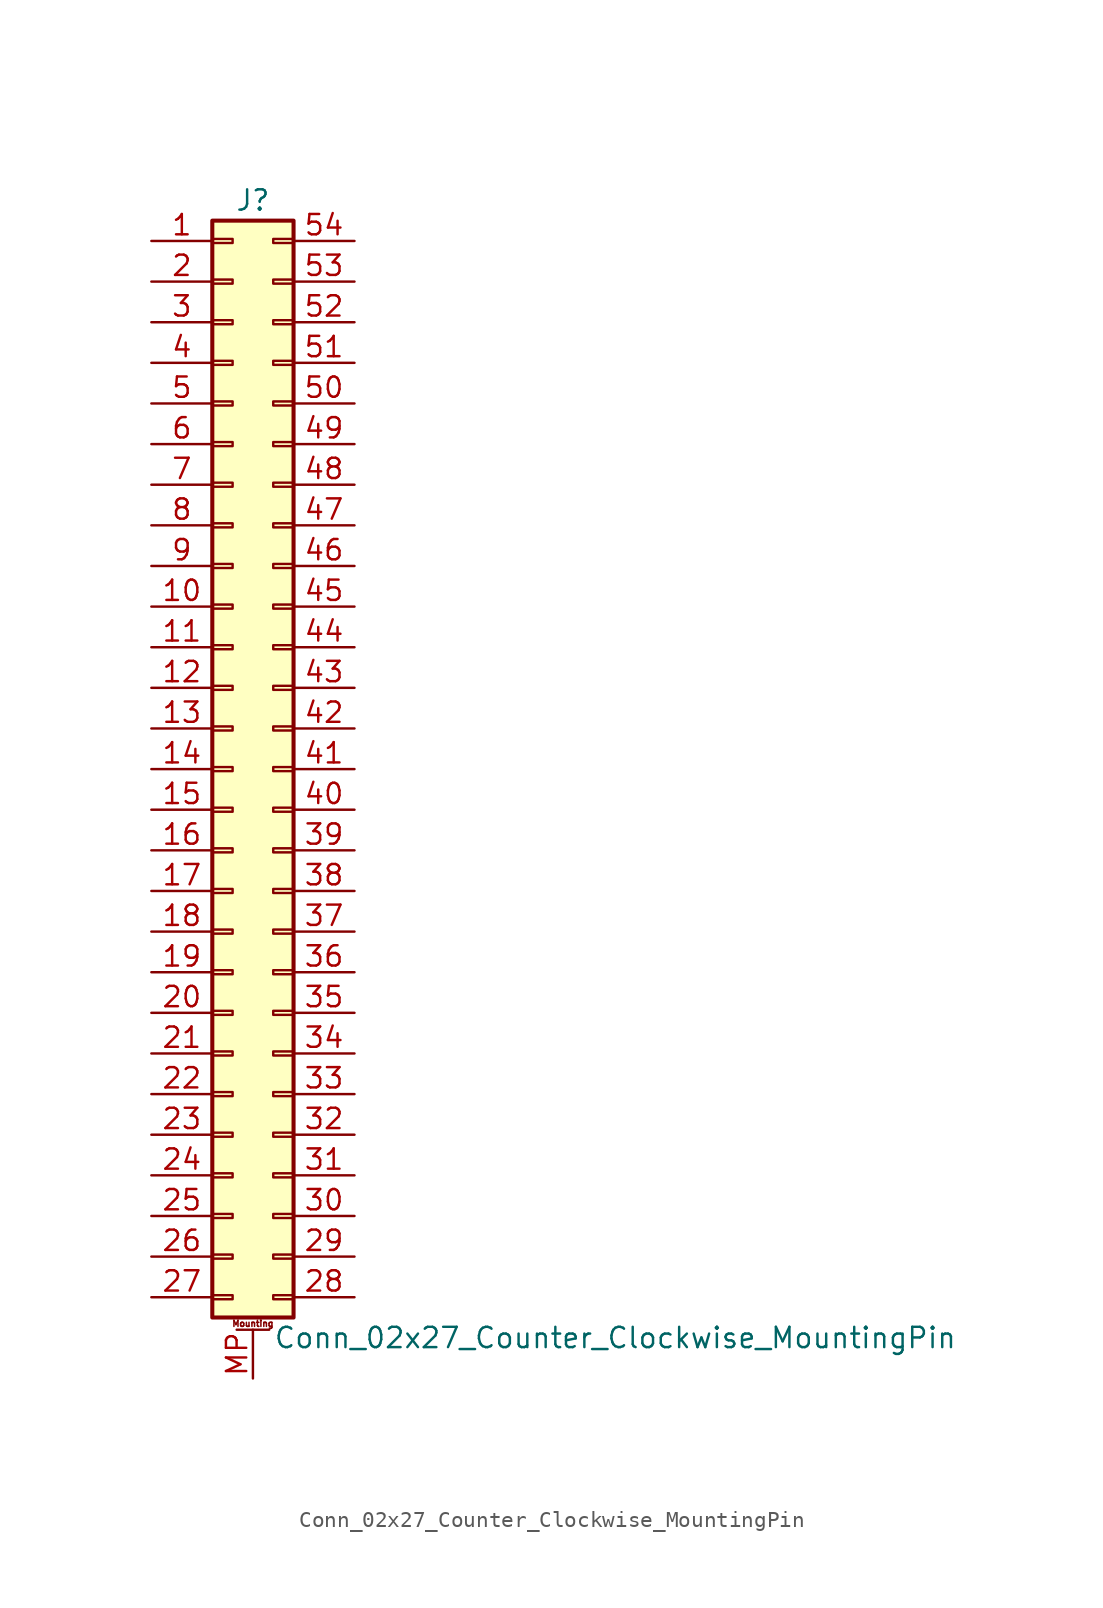
<source format=kicad_sym>
(kicad_symbol_lib
  (version 20211014)
  (generator kicad_symbol_editor)
  (symbol "Conn_02x27_Counter_Clockwise_MountingPin"
    (pin_names
      (offset 1.016) hide)
    (property "Reference" "J"
      (at 1.27 35.56 0)
      (effects (font (size 1.27 1.27))))
    (property "Value" "Conn_02x27_Counter_Clockwise_MountingPin"
      (at 2.54 -35.56 0)
      (effects (font (size 1.27 1.27)) (justify left)))
    (symbol "Conn_02x27_Counter_Clockwise_MountingPin_1_1"
      (rectangle (start -1.27 -32.893) (end 0 -33.147) (stroke (width 0.152) (type default) (color 0 0 0 0)) (fill (type none)))
      (rectangle (start -1.27 -30.353) (end 0 -30.607) (stroke (width 0.152) (type default) (color 0 0 0 0)) (fill (type none)))
      (rectangle (start -1.27 -27.813) (end 0 -28.067) (stroke (width 0.152) (type default) (color 0 0 0 0)) (fill (type none)))
      (rectangle (start -1.27 -25.273) (end 0 -25.527) (stroke (width 0.152) (type default) (color 0 0 0 0)) (fill (type none)))
      (rectangle (start -1.27 -22.733) (end 0 -22.987) (stroke (width 0.152) (type default) (color 0 0 0 0)) (fill (type none)))
      (rectangle (start -1.27 -20.193) (end 0 -20.447) (stroke (width 0.152) (type default) (color 0 0 0 0)) (fill (type none)))
      (rectangle (start -1.27 -17.653) (end 0 -17.907) (stroke (width 0.152) (type default) (color 0 0 0 0)) (fill (type none)))
      (rectangle (start -1.27 -15.113) (end 0 -15.367) (stroke (width 0.152) (type default) (color 0 0 0 0)) (fill (type none)))
      (rectangle (start -1.27 -12.573) (end 0 -12.827) (stroke (width 0.152) (type default) (color 0 0 0 0)) (fill (type none)))
      (rectangle (start -1.27 -10.033) (end 0 -10.287) (stroke (width 0.152) (type default) (color 0 0 0 0)) (fill (type none)))
      (rectangle (start -1.27 -7.493) (end 0 -7.747) (stroke (width 0.152) (type default) (color 0 0 0 0)) (fill (type none)))
      (rectangle (start -1.27 -4.953) (end 0 -5.207) (stroke (width 0.152) (type default) (color 0 0 0 0)) (fill (type none)))
      (rectangle (start -1.27 -2.413) (end 0 -2.667) (stroke (width 0.152) (type default) (color 0 0 0 0)) (fill (type none)))
      (rectangle (start -1.27 0.127) (end 0 -0.127) (stroke (width 0.152) (type default) (color 0 0 0 0)) (fill (type none)))
      (rectangle (start -1.27 2.667) (end 0 2.413) (stroke (width 0.152) (type default) (color 0 0 0 0)) (fill (type none)))
      (rectangle (start -1.27 5.207) (end 0 4.953) (stroke (width 0.152) (type default) (color 0 0 0 0)) (fill (type none)))
      (rectangle (start -1.27 7.747) (end 0 7.493) (stroke (width 0.152) (type default) (color 0 0 0 0)) (fill (type none)))
      (rectangle (start -1.27 10.287) (end 0 10.033) (stroke (width 0.152) (type default) (color 0 0 0 0)) (fill (type none)))
      (rectangle (start -1.27 12.827) (end 0 12.573) (stroke (width 0.152) (type default) (color 0 0 0 0)) (fill (type none)))
      (rectangle (start -1.27 15.367) (end 0 15.113) (stroke (width 0.152) (type default) (color 0 0 0 0)) (fill (type none)))
      (rectangle (start -1.27 17.907) (end 0 17.653) (stroke (width 0.152) (type default) (color 0 0 0 0)) (fill (type none)))
      (rectangle (start -1.27 20.447) (end 0 20.193) (stroke (width 0.152) (type default) (color 0 0 0 0)) (fill (type none)))
      (rectangle (start -1.27 22.987) (end 0 22.733) (stroke (width 0.152) (type default) (color 0 0 0 0)) (fill (type none)))
      (rectangle (start -1.27 25.527) (end 0 25.273) (stroke (width 0.152) (type default) (color 0 0 0 0)) (fill (type none)))
      (rectangle (start -1.27 28.067) (end 0 27.813) (stroke (width 0.152) (type default) (color 0 0 0 0)) (fill (type none)))
      (rectangle (start -1.27 30.607) (end 0 30.353) (stroke (width 0.152) (type default) (color 0 0 0 0)) (fill (type none)))
      (rectangle (start -1.27 33.147) (end 0 32.893) (stroke (width 0.152) (type default) (color 0 0 0 0)) (fill (type none)))
      (rectangle (start -1.27 34.29) (end 3.81 -34.29) (stroke (width 0.254) (type default) (color 0 0 0 0)) (fill (type background)))
      (polyline (pts (xy 0.254 -35.052) (xy 2.286 -35.052)) (stroke (width 0.152) (type default) (color 0 0 0 0)) (fill (type none)))
      (rectangle (start 3.81 -32.893) (end 2.54 -33.147) (stroke (width 0.152) (type default) (color 0 0 0 0)) (fill (type none)))
      (rectangle (start 3.81 -30.353) (end 2.54 -30.607) (stroke (width 0.152) (type default) (color 0 0 0 0)) (fill (type none)))
      (rectangle (start 3.81 -27.813) (end 2.54 -28.067) (stroke (width 0.152) (type default) (color 0 0 0 0)) (fill (type none)))
      (rectangle (start 3.81 -25.273) (end 2.54 -25.527) (stroke (width 0.152) (type default) (color 0 0 0 0)) (fill (type none)))
      (rectangle (start 3.81 -22.733) (end 2.54 -22.987) (stroke (width 0.152) (type default) (color 0 0 0 0)) (fill (type none)))
      (rectangle (start 3.81 -20.193) (end 2.54 -20.447) (stroke (width 0.152) (type default) (color 0 0 0 0)) (fill (type none)))
      (rectangle (start 3.81 -17.653) (end 2.54 -17.907) (stroke (width 0.152) (type default) (color 0 0 0 0)) (fill (type none)))
      (rectangle (start 3.81 -15.113) (end 2.54 -15.367) (stroke (width 0.152) (type default) (color 0 0 0 0)) (fill (type none)))
      (rectangle (start 3.81 -12.573) (end 2.54 -12.827) (stroke (width 0.152) (type default) (color 0 0 0 0)) (fill (type none)))
      (rectangle (start 3.81 -10.033) (end 2.54 -10.287) (stroke (width 0.152) (type default) (color 0 0 0 0)) (fill (type none)))
      (rectangle (start 3.81 -7.493) (end 2.54 -7.747) (stroke (width 0.152) (type default) (color 0 0 0 0)) (fill (type none)))
      (rectangle (start 3.81 -4.953) (end 2.54 -5.207) (stroke (width 0.152) (type default) (color 0 0 0 0)) (fill (type none)))
      (rectangle (start 3.81 -2.413) (end 2.54 -2.667) (stroke (width 0.152) (type default) (color 0 0 0 0)) (fill (type none)))
      (rectangle (start 3.81 0.127) (end 2.54 -0.127) (stroke (width 0.152) (type default) (color 0 0 0 0)) (fill (type none)))
      (rectangle (start 3.81 2.667) (end 2.54 2.413) (stroke (width 0.152) (type default) (color 0 0 0 0)) (fill (type none)))
      (rectangle (start 3.81 5.207) (end 2.54 4.953) (stroke (width 0.152) (type default) (color 0 0 0 0)) (fill (type none)))
      (rectangle (start 3.81 7.747) (end 2.54 7.493) (stroke (width 0.152) (type default) (color 0 0 0 0)) (fill (type none)))
      (rectangle (start 3.81 10.287) (end 2.54 10.033) (stroke (width 0.152) (type default) (color 0 0 0 0)) (fill (type none)))
      (rectangle (start 3.81 12.827) (end 2.54 12.573) (stroke (width 0.152) (type default) (color 0 0 0 0)) (fill (type none)))
      (rectangle (start 3.81 15.367) (end 2.54 15.113) (stroke (width 0.152) (type default) (color 0 0 0 0)) (fill (type none)))
      (rectangle (start 3.81 17.907) (end 2.54 17.653) (stroke (width 0.152) (type default) (color 0 0 0 0)) (fill (type none)))
      (rectangle (start 3.81 20.447) (end 2.54 20.193) (stroke (width 0.152) (type default) (color 0 0 0 0)) (fill (type none)))
      (rectangle (start 3.81 22.987) (end 2.54 22.733) (stroke (width 0.152) (type default) (color 0 0 0 0)) (fill (type none)))
      (rectangle (start 3.81 25.527) (end 2.54 25.273) (stroke (width 0.152) (type default) (color 0 0 0 0)) (fill (type none)))
      (rectangle (start 3.81 28.067) (end 2.54 27.813) (stroke (width 0.152) (type default) (color 0 0 0 0)) (fill (type none)))
      (rectangle (start 3.81 30.607) (end 2.54 30.353) (stroke (width 0.152) (type default) (color 0 0 0 0)) (fill (type none)))
      (rectangle (start 3.81 33.147) (end 2.54 32.893) (stroke (width 0.152) (type default) (color 0 0 0 0)) (fill (type none)))
      (text "Mounting" (at 1.27 -34.671 0) (effects (font (size 0.381 0.381))))
      (pin passive line (at -5.08 33.02 0) (length 3.81) (name "Pin_1" (effects (font (size 1.27 1.27)))) (number "1" (effects (font (size 1.27 1.27)))))
      (pin passive line (at -5.08 10.16 0) (length 3.81) (name "Pin_10" (effects (font (size 1.27 1.27)))) (number "10" (effects (font (size 1.27 1.27)))))
      (pin passive line (at -5.08 7.62 0) (length 3.81) (name "Pin_11" (effects (font (size 1.27 1.27)))) (number "11" (effects (font (size 1.27 1.27)))))
      (pin passive line (at -5.08 5.08 0) (length 3.81) (name "Pin_12" (effects (font (size 1.27 1.27)))) (number "12" (effects (font (size 1.27 1.27)))))
      (pin passive line (at -5.08 2.54 0) (length 3.81) (name "Pin_13" (effects (font (size 1.27 1.27)))) (number "13" (effects (font (size 1.27 1.27)))))
      (pin passive line (at -5.08 0 0) (length 3.81) (name "Pin_14" (effects (font (size 1.27 1.27)))) (number "14" (effects (font (size 1.27 1.27)))))
      (pin passive line (at -5.08 -2.54 0) (length 3.81) (name "Pin_15" (effects (font (size 1.27 1.27)))) (number "15" (effects (font (size 1.27 1.27)))))
      (pin passive line (at -5.08 -5.08 0) (length 3.81) (name "Pin_16" (effects (font (size 1.27 1.27)))) (number "16" (effects (font (size 1.27 1.27)))))
      (pin passive line (at -5.08 -7.62 0) (length 3.81) (name "Pin_17" (effects (font (size 1.27 1.27)))) (number "17" (effects (font (size 1.27 1.27)))))
      (pin passive line (at -5.08 -10.16 0) (length 3.81) (name "Pin_18" (effects (font (size 1.27 1.27)))) (number "18" (effects (font (size 1.27 1.27)))))
      (pin passive line (at -5.08 -12.7 0) (length 3.81) (name "Pin_19" (effects (font (size 1.27 1.27)))) (number "19" (effects (font (size 1.27 1.27)))))
      (pin passive line (at -5.08 30.48 0) (length 3.81) (name "Pin_2" (effects (font (size 1.27 1.27)))) (number "2" (effects (font (size 1.27 1.27)))))
      (pin passive line (at -5.08 -15.24 0) (length 3.81) (name "Pin_20" (effects (font (size 1.27 1.27)))) (number "20" (effects (font (size 1.27 1.27)))))
      (pin passive line (at -5.08 -17.78 0) (length 3.81) (name "Pin_21" (effects (font (size 1.27 1.27)))) (number "21" (effects (font (size 1.27 1.27)))))
      (pin passive line (at -5.08 -20.32 0) (length 3.81) (name "Pin_22" (effects (font (size 1.27 1.27)))) (number "22" (effects (font (size 1.27 1.27)))))
      (pin passive line (at -5.08 -22.86 0) (length 3.81) (name "Pin_23" (effects (font (size 1.27 1.27)))) (number "23" (effects (font (size 1.27 1.27)))))
      (pin passive line (at -5.08 -25.4 0) (length 3.81) (name "Pin_24" (effects (font (size 1.27 1.27)))) (number "24" (effects (font (size 1.27 1.27)))))
      (pin passive line (at -5.08 -27.94 0) (length 3.81) (name "Pin_25" (effects (font (size 1.27 1.27)))) (number "25" (effects (font (size 1.27 1.27)))))
      (pin passive line (at -5.08 -30.48 0) (length 3.81) (name "Pin_26" (effects (font (size 1.27 1.27)))) (number "26" (effects (font (size 1.27 1.27)))))
      (pin passive line (at -5.08 -33.02 0) (length 3.81) (name "Pin_27" (effects (font (size 1.27 1.27)))) (number "27" (effects (font (size 1.27 1.27)))))
      (pin passive line (at 7.62 -33.02 180) (length 3.81) (name "Pin_28" (effects (font (size 1.27 1.27)))) (number "28" (effects (font (size 1.27 1.27)))))
      (pin passive line (at 7.62 -30.48 180) (length 3.81) (name "Pin_29" (effects (font (size 1.27 1.27)))) (number "29" (effects (font (size 1.27 1.27)))))
      (pin passive line (at -5.08 27.94 0) (length 3.81) (name "Pin_3" (effects (font (size 1.27 1.27)))) (number "3" (effects (font (size 1.27 1.27)))))
      (pin passive line (at 7.62 -27.94 180) (length 3.81) (name "Pin_30" (effects (font (size 1.27 1.27)))) (number "30" (effects (font (size 1.27 1.27)))))
      (pin passive line (at 7.62 -25.4 180) (length 3.81) (name "Pin_31" (effects (font (size 1.27 1.27)))) (number "31" (effects (font (size 1.27 1.27)))))
      (pin passive line (at 7.62 -22.86 180) (length 3.81) (name "Pin_32" (effects (font (size 1.27 1.27)))) (number "32" (effects (font (size 1.27 1.27)))))
      (pin passive line (at 7.62 -20.32 180) (length 3.81) (name "Pin_33" (effects (font (size 1.27 1.27)))) (number "33" (effects (font (size 1.27 1.27)))))
      (pin passive line (at 7.62 -17.78 180) (length 3.81) (name "Pin_34" (effects (font (size 1.27 1.27)))) (number "34" (effects (font (size 1.27 1.27)))))
      (pin passive line (at 7.62 -15.24 180) (length 3.81) (name "Pin_35" (effects (font (size 1.27 1.27)))) (number "35" (effects (font (size 1.27 1.27)))))
      (pin passive line (at 7.62 -12.7 180) (length 3.81) (name "Pin_36" (effects (font (size 1.27 1.27)))) (number "36" (effects (font (size 1.27 1.27)))))
      (pin passive line (at 7.62 -10.16 180) (length 3.81) (name "Pin_37" (effects (font (size 1.27 1.27)))) (number "37" (effects (font (size 1.27 1.27)))))
      (pin passive line (at 7.62 -7.62 180) (length 3.81) (name "Pin_38" (effects (font (size 1.27 1.27)))) (number "38" (effects (font (size 1.27 1.27)))))
      (pin passive line (at 7.62 -5.08 180) (length 3.81) (name "Pin_39" (effects (font (size 1.27 1.27)))) (number "39" (effects (font (size 1.27 1.27)))))
      (pin passive line (at -5.08 25.4 0) (length 3.81) (name "Pin_4" (effects (font (size 1.27 1.27)))) (number "4" (effects (font (size 1.27 1.27)))))
      (pin passive line (at 7.62 -2.54 180) (length 3.81) (name "Pin_40" (effects (font (size 1.27 1.27)))) (number "40" (effects (font (size 1.27 1.27)))))
      (pin passive line (at 7.62 0 180) (length 3.81) (name "Pin_41" (effects (font (size 1.27 1.27)))) (number "41" (effects (font (size 1.27 1.27)))))
      (pin passive line (at 7.62 2.54 180) (length 3.81) (name "Pin_42" (effects (font (size 1.27 1.27)))) (number "42" (effects (font (size 1.27 1.27)))))
      (pin passive line (at 7.62 5.08 180) (length 3.81) (name "Pin_43" (effects (font (size 1.27 1.27)))) (number "43" (effects (font (size 1.27 1.27)))))
      (pin passive line (at 7.62 7.62 180) (length 3.81) (name "Pin_44" (effects (font (size 1.27 1.27)))) (number "44" (effects (font (size 1.27 1.27)))))
      (pin passive line (at 7.62 10.16 180) (length 3.81) (name "Pin_45" (effects (font (size 1.27 1.27)))) (number "45" (effects (font (size 1.27 1.27)))))
      (pin passive line (at 7.62 12.7 180) (length 3.81) (name "Pin_46" (effects (font (size 1.27 1.27)))) (number "46" (effects (font (size 1.27 1.27)))))
      (pin passive line (at 7.62 15.24 180) (length 3.81) (name "Pin_47" (effects (font (size 1.27 1.27)))) (number "47" (effects (font (size 1.27 1.27)))))
      (pin passive line (at 7.62 17.78 180) (length 3.81) (name "Pin_48" (effects (font (size 1.27 1.27)))) (number "48" (effects (font (size 1.27 1.27)))))
      (pin passive line (at 7.62 20.32 180) (length 3.81) (name "Pin_49" (effects (font (size 1.27 1.27)))) (number "49" (effects (font (size 1.27 1.27)))))
      (pin passive line (at -5.08 22.86 0) (length 3.81) (name "Pin_5" (effects (font (size 1.27 1.27)))) (number "5" (effects (font (size 1.27 1.27)))))
      (pin passive line (at 7.62 22.86 180) (length 3.81) (name "Pin_50" (effects (font (size 1.27 1.27)))) (number "50" (effects (font (size 1.27 1.27)))))
      (pin passive line (at 7.62 25.4 180) (length 3.81) (name "Pin_51" (effects (font (size 1.27 1.27)))) (number "51" (effects (font (size 1.27 1.27)))))
      (pin passive line (at 7.62 27.94 180) (length 3.81) (name "Pin_52" (effects (font (size 1.27 1.27)))) (number "52" (effects (font (size 1.27 1.27)))))
      (pin passive line (at 7.62 30.48 180) (length 3.81) (name "Pin_53" (effects (font (size 1.27 1.27)))) (number "53" (effects (font (size 1.27 1.27)))))
      (pin passive line (at 7.62 33.02 180) (length 3.81) (name "Pin_54" (effects (font (size 1.27 1.27)))) (number "54" (effects (font (size 1.27 1.27)))))
      (pin passive line (at -5.08 20.32 0) (length 3.81) (name "Pin_6" (effects (font (size 1.27 1.27)))) (number "6" (effects (font (size 1.27 1.27)))))
      (pin passive line (at -5.08 17.78 0) (length 3.81) (name "Pin_7" (effects (font (size 1.27 1.27)))) (number "7" (effects (font (size 1.27 1.27)))))
      (pin passive line (at -5.08 15.24 0) (length 3.81) (name "Pin_8" (effects (font (size 1.27 1.27)))) (number "8" (effects (font (size 1.27 1.27)))))
      (pin passive line (at -5.08 12.7 0) (length 3.81) (name "Pin_9" (effects (font (size 1.27 1.27)))) (number "9" (effects (font (size 1.27 1.27)))))
      (pin passive line (at 1.27 -38.1 90) (length 3.048) (name "MountPin" (effects (font (size 1.27 1.27)))) (number "MP" (effects (font (size 1.27 1.27))))))))
</source>
